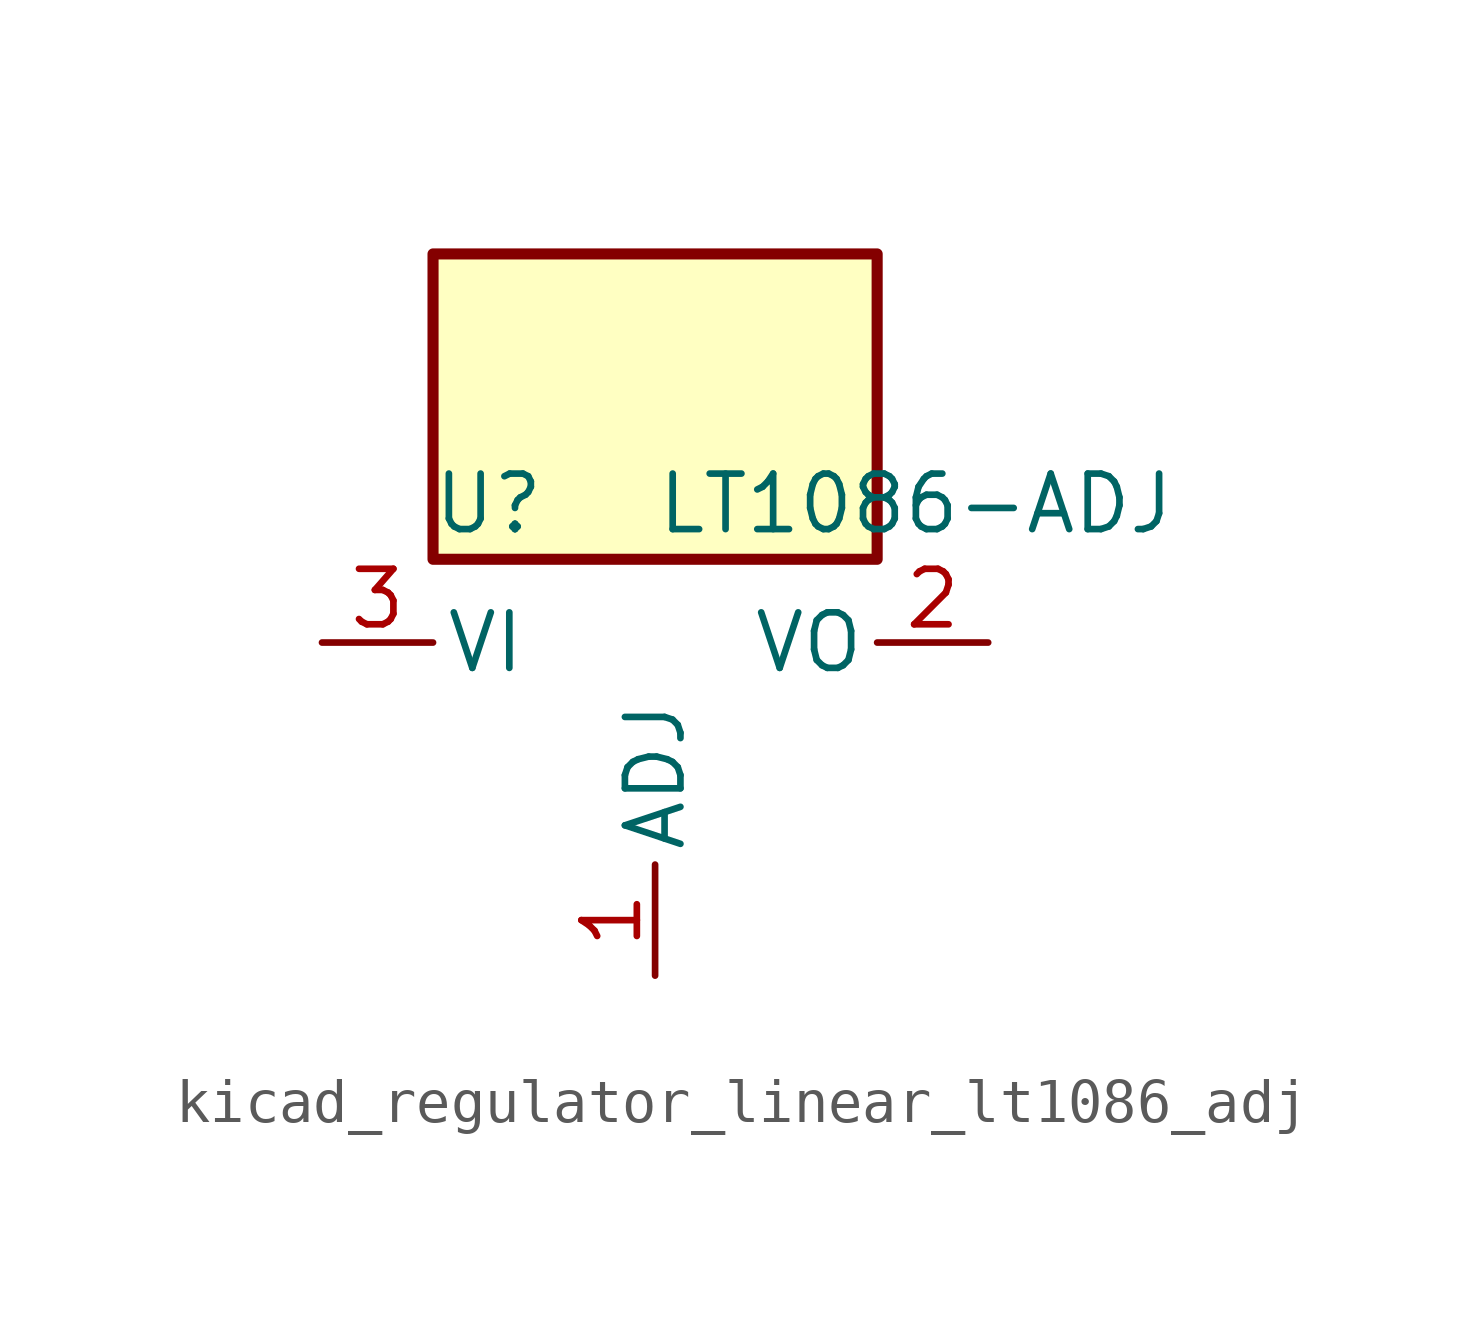
<source format=kicad_sym>
(kicad_symbol_lib
  (version 20220914)
  (generator kicad_symbol_editor)
  (symbol "kicad_regulator_linear_lt1086_adj"
    (pin_names
      (offset 0.254))
    (property "Reference" "U"
      (at -3.81 3.175 0)
      (effects (font (size 1.27 1.27))))
    (property "Value" "LT1086-ADJ"
      (at 0 3.175 0)
      (effects (font (size 1.27 1.27)) (justify left)))
    (symbol "kicad_regulator_linear_lt1086_adj_0_1"
      (rectangle (start 5.08 8.89) (end -5.08 1.905) (stroke (width 0.254) (type default)) (fill (type background))))
    (symbol "kicad_regulator_linear_lt1086_adj_1_1"
      (pin input line (at 0 -7.62 90) (length 2.54) (name "ADJ" (effects (font (size 1.27 1.27)))) (number "1" (effects (font (size 1.27 1.27)))))
      (pin power_out line (at 7.62 0 180) (length 2.54) (name "VO" (effects (font (size 1.27 1.27)))) (number "2" (effects (font (size 1.27 1.27)))))
      (pin power_in line (at -7.62 0 0) (length 2.54) (name "VI" (effects (font (size 1.27 1.27)))) (number "3" (effects (font (size 1.27 1.27))))))))
</source>
